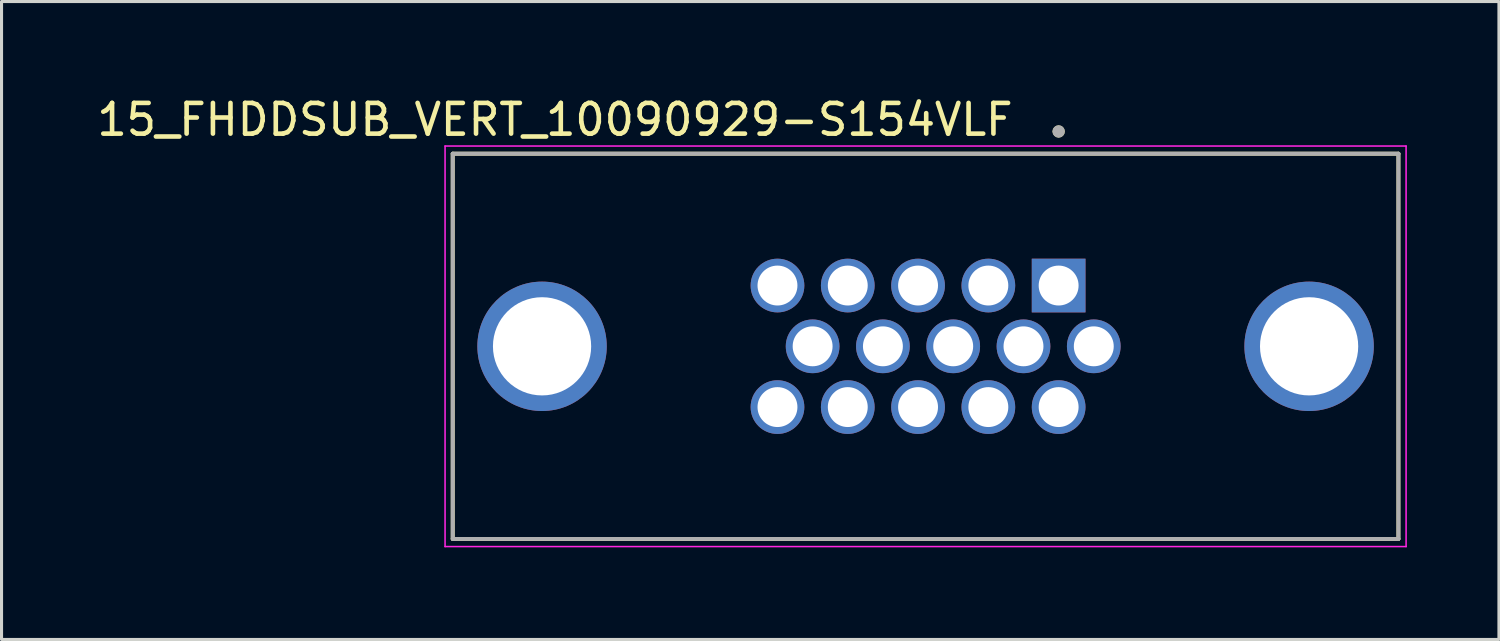
<source format=kicad_pcb>
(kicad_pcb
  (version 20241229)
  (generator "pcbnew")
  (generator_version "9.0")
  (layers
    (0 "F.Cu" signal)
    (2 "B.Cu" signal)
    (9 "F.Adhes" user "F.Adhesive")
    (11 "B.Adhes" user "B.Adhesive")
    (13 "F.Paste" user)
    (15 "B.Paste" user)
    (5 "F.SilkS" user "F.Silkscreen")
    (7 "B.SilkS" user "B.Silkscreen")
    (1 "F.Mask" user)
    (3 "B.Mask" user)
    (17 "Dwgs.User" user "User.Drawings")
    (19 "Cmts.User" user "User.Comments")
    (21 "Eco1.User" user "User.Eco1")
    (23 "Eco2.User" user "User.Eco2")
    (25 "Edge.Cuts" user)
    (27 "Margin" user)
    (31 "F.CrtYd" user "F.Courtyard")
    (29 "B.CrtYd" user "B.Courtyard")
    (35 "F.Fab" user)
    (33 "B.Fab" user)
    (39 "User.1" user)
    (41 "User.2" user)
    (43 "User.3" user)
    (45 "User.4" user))
  (footprint "15_FHDDSUB_VERT_10090929-S154VLF"
    (layer "F.Cu")
    (at 27.105 8.233)
    (property "Reference" "15_FHDDSUB_VERT_10090929-S154VLF" (at -12.075 -7.385 0) (layer "F.SilkS") (effects (font (size 1 1) (thickness 0.15))))
    (attr through_hole)
    (fp_line (start -15.405 -6.275) (end 15.405 -6.275) (stroke (width 0.127) (type solid)) (layer "F.SilkS"))
    (fp_line (start -15.405 6.275) (end -15.405 -6.275) (stroke (width 0.127) (type solid)) (layer "F.SilkS"))
    (fp_line (start 15.405 -6.275) (end 15.405 6.275) (stroke (width 0.127) (type solid)) (layer "F.SilkS"))
    (fp_line (start 15.405 6.275) (end -15.405 6.275) (stroke (width 0.127) (type solid)) (layer "F.SilkS"))
    (fp_circle (center 4.335 -7) (end 4.435 -7) (stroke (width 0.2) (type solid)) (fill no) (layer "F.SilkS"))
    (fp_line (start -15.655 -6.525) (end -15.655 6.525) (stroke (width 0.05) (type solid)) (layer "F.CrtYd"))
    (fp_line (start -15.655 6.525) (end 15.655 6.525) (stroke (width 0.05) (type solid)) (layer "F.CrtYd"))
    (fp_line (start 15.655 -6.525) (end -15.655 -6.525) (stroke (width 0.05) (type solid)) (layer "F.CrtYd"))
    (fp_line (start 15.655 6.525) (end 15.655 -6.525) (stroke (width 0.05) (type solid)) (layer "F.CrtYd"))
    (fp_line (start -15.405 -6.275) (end 15.405 -6.275) (stroke (width 0.127) (type solid)) (layer "F.Fab"))
    (fp_line (start -15.405 6.275) (end -15.405 -6.275) (stroke (width 0.127) (type solid)) (layer "F.Fab"))
    (fp_line (start 15.405 -6.275) (end 15.405 6.275) (stroke (width 0.127) (type solid)) (layer "F.Fab"))
    (fp_line (start 15.405 6.275) (end -15.405 6.275) (stroke (width 0.127) (type solid)) (layer "F.Fab"))
    (fp_circle (center 4.335 -7) (end 4.435 -7) (stroke (width 0.2) (type solid)) (fill no) (layer "F.Fab"))
    (pad "1" thru_hole rect (at 4.335 -1.98) (size 1.75 1.75) (drill 1.3) (layers "*.Cu" "*.Mask"))
    (pad "2" thru_hole circle (at 2.045 -1.98) (size 1.75 1.75) (drill 1.3) (layers "*.Cu" "*.Mask"))
    (pad "3" thru_hole circle (at -0.245 -1.98) (size 1.75 1.75) (drill 1.3) (layers "*.Cu" "*.Mask"))
    (pad "4" thru_hole circle (at -2.535 -1.98) (size 1.75 1.75) (drill 1.3) (layers "*.Cu" "*.Mask"))
    (pad "5" thru_hole circle (at -4.825 -1.98) (size 1.75 1.75) (drill 1.3) (layers "*.Cu" "*.Mask"))
    (pad "6" thru_hole circle (at 5.48 0) (size 1.75 1.75) (drill 1.3) (layers "*.Cu" "*.Mask"))
    (pad "7" thru_hole circle (at 3.19 0) (size 1.75 1.75) (drill 1.3) (layers "*.Cu" "*.Mask"))
    (pad "8" thru_hole circle (at 0.9 0) (size 1.75 1.75) (drill 1.3) (layers "*.Cu" "*.Mask"))
    (pad "9" thru_hole circle (at -1.39 0) (size 1.75 1.75) (drill 1.3) (layers "*.Cu" "*.Mask"))
    (pad "10" thru_hole circle (at -3.68 0) (size 1.75 1.75) (drill 1.3) (layers "*.Cu" "*.Mask"))
    (pad "11" thru_hole circle (at 4.335 1.98) (size 1.75 1.75) (drill 1.3) (layers "*.Cu" "*.Mask"))
    (pad "12" thru_hole circle (at 2.045 1.98) (size 1.75 1.75) (drill 1.3) (layers "*.Cu" "*.Mask"))
    (pad "13" thru_hole circle (at -0.245 1.98) (size 1.75 1.75) (drill 1.3) (layers "*.Cu" "*.Mask"))
    (pad "14" thru_hole circle (at -2.535 1.98) (size 1.75 1.75) (drill 1.3) (layers "*.Cu" "*.Mask"))
    (pad "15" thru_hole circle (at -4.825 1.98) (size 1.75 1.75) (drill 1.3) (layers "*.Cu" "*.Mask"))
    (pad "SH1" thru_hole circle (at -12.495 0) (size 4.216 4.216) (drill 3.2) (layers "*.Cu" "*.Mask"))
    (pad "SH2" thru_hole circle (at 12.495 0) (size 4.216 4.216) (drill 3.2) (layers "*.Cu" "*.Mask")))
  (gr_rect
    (start -3 -3)
    (end 45.785 17.783)
    (stroke (width 0.1) (type default))
    (fill no)
    (layer "Edge.Cuts")))
</source>
